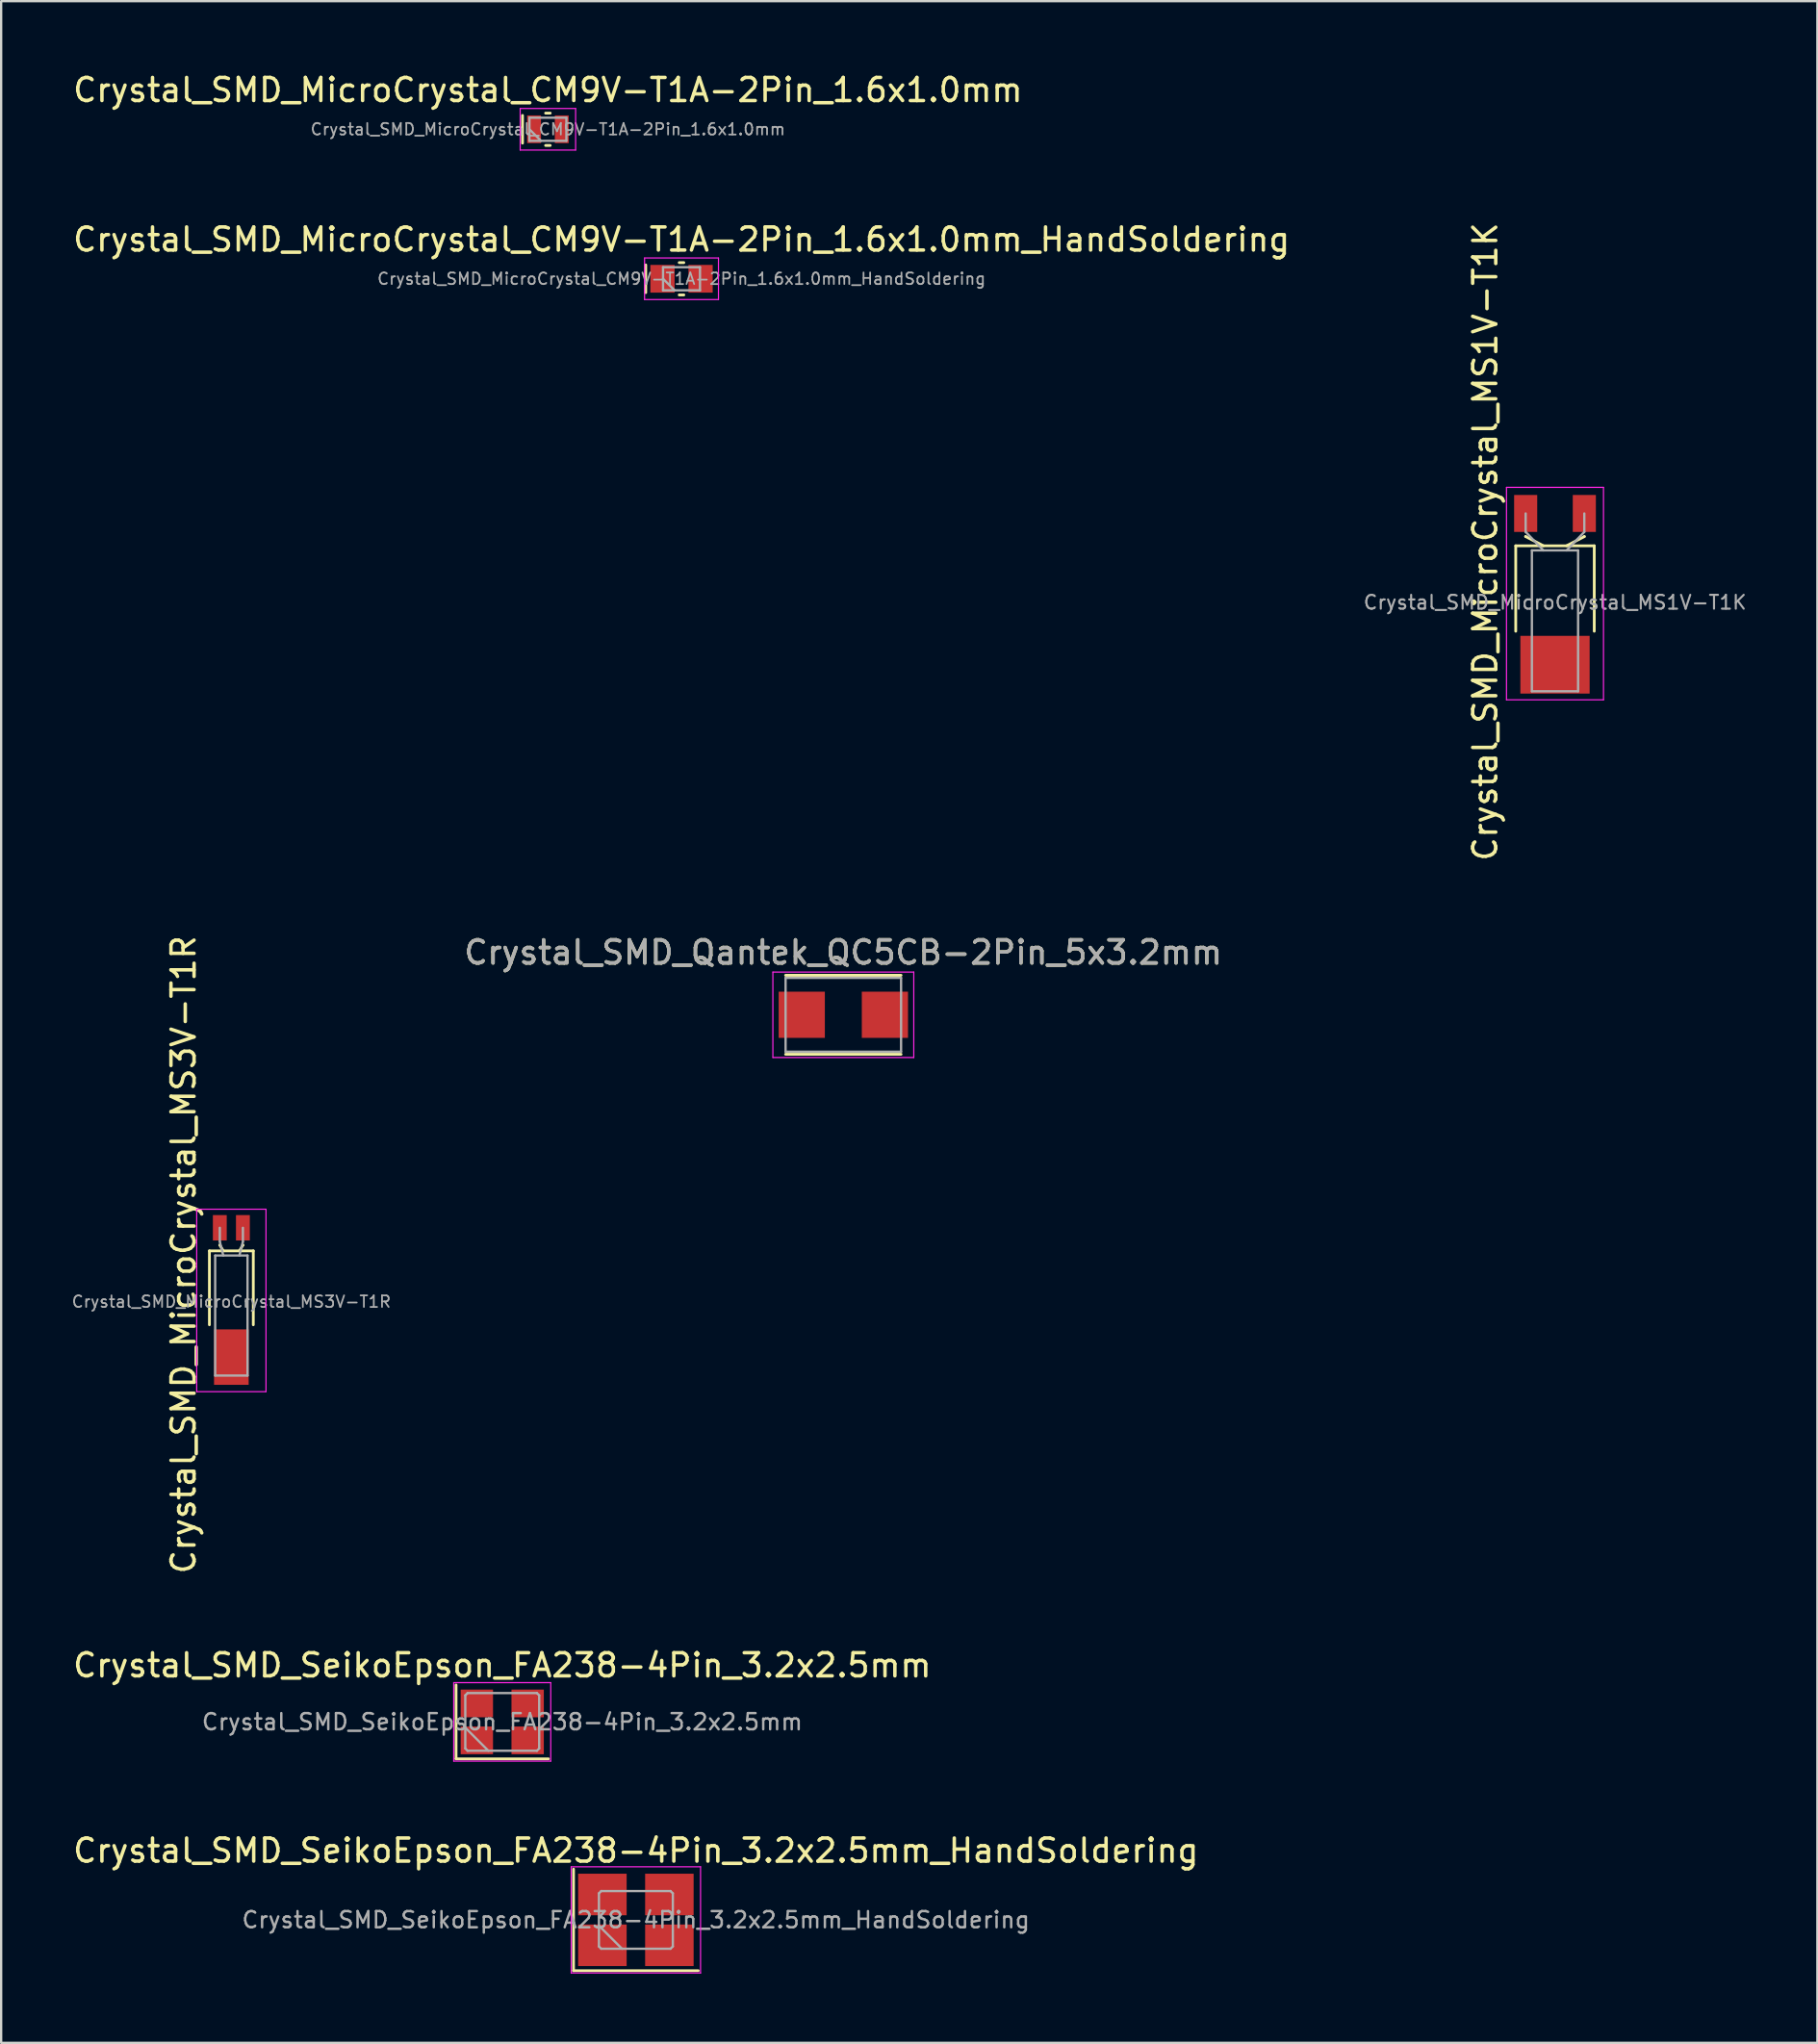
<source format=kicad_pcb>
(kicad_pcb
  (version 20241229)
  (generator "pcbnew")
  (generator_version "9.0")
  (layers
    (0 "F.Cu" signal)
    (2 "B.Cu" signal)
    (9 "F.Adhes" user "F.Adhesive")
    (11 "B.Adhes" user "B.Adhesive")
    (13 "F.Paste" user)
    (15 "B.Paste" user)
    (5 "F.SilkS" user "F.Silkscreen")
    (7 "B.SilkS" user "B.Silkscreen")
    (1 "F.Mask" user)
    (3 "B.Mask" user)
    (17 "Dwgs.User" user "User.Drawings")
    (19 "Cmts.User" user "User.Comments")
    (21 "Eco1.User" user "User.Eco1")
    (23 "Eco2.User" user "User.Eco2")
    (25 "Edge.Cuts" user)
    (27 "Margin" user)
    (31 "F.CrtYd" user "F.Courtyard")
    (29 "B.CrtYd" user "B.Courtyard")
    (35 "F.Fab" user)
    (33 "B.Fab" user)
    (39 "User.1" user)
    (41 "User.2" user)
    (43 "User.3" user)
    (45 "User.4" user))
  (footprint "Crystal_SMD_Qantek_QC5CB-2Pin_5x3.2mm"
    (layer "F.Cu")
    (at 33.464 40.891)
    (property "Reference" "Crystal_SMD_Qantek_QC5CB-2Pin_5x3.2mm" (at 0 -2.7 0) (layer "F.SilkS") (effects (font (size 1 1) (thickness 0.15))))
    (attr smd)
    (fp_line (start -2.5 -1.71) (end 2.5 -1.71) (stroke (width 0.12) (type solid)) (layer "F.SilkS"))
    (fp_line (start -2.5 1.71) (end 2.5 1.71) (stroke (width 0.12) (type solid)) (layer "F.SilkS"))
    (fp_line (start -3.05 -1.85) (end -3.05 1.85) (stroke (width 0.05) (type solid)) (layer "F.CrtYd"))
    (fp_line (start -3.05 -1.85) (end 3.05 -1.85) (stroke (width 0.05) (type solid)) (layer "F.CrtYd"))
    (fp_line (start -3.05 1.85) (end 3.05 1.85) (stroke (width 0.05) (type solid)) (layer "F.CrtYd"))
    (fp_line (start 3.05 -1.85) (end 3.05 1.85) (stroke (width 0.05) (type solid)) (layer "F.CrtYd"))
    (fp_line (start -2.5 -1.6) (end -2.5 1.6) (stroke (width 0.1) (type solid)) (layer "F.Fab"))
    (fp_line (start -2.5 -1.6) (end 2.5 -1.6) (stroke (width 0.1) (type solid)) (layer "F.Fab"))
    (fp_line (start -2.5 1.6) (end 2.5 1.6) (stroke (width 0.1) (type solid)) (layer "F.Fab"))
    (fp_line (start 2.5 -1.6) (end 2.5 1.6) (stroke (width 0.1) (type solid)) (layer "F.Fab"))
    (fp_text user "${REFERENCE}" (at 0 -2.7 0) (layer "F.Fab") (effects (font (size 1 1) (thickness 0.15))))
    (pad "1" smd rect (at -1.8 0) (size 2 2) (layers "F.Cu" "F.Mask" "F.Paste"))
    (pad "2" smd rect (at 1.8 0) (size 2 2) (layers "F.Cu" "F.Mask" "F.Paste")))
  (footprint "Crystal_SMD_MicroCrystal_CM9V-T1A-2Pin_1.6x1.0mm"
    (layer "F.Cu")
    (at 20.673 2.548)
    (property "Reference" "Crystal_SMD_MicroCrystal_CM9V-T1A-2Pin_1.6x1.0mm" (at 0 -1.7 0) (layer "F.SilkS") (effects (font (size 1 1) (thickness 0.15))))
    (attr smd)
    (fp_line (start -1.1 -0.6) (end -1.1 0.6) (stroke (width 0.12) (type solid)) (layer "F.SilkS"))
    (fp_line (start -0.1 -0.7) (end 0.1 -0.7) (stroke (width 0.12) (type solid)) (layer "F.SilkS"))
    (fp_line (start -0.1 0.7) (end 0.1 0.7) (stroke (width 0.12) (type solid)) (layer "F.SilkS"))
    (fp_line (start -1.2 -0.9) (end -1.2 0.9) (stroke (width 0.05) (type solid)) (layer "F.CrtYd"))
    (fp_line (start -1.2 0.9) (end 1.2 0.9) (stroke (width 0.05) (type solid)) (layer "F.CrtYd"))
    (fp_line (start 1.2 -0.9) (end -1.2 -0.9) (stroke (width 0.05) (type solid)) (layer "F.CrtYd"))
    (fp_line (start 1.2 0.9) (end 1.2 -0.9) (stroke (width 0.05) (type solid)) (layer "F.CrtYd"))
    (fp_line (start -0.8 -0.5) (end -0.8 0.5) (stroke (width 0.1) (type solid)) (layer "F.Fab"))
    (fp_line (start -0.8 0) (end -0.3 0.5) (stroke (width 0.1) (type solid)) (layer "F.Fab"))
    (fp_line (start -0.8 0.5) (end 0.8 0.5) (stroke (width 0.1) (type solid)) (layer "F.Fab"))
    (fp_line (start 0.8 -0.5) (end -0.8 -0.5) (stroke (width 0.1) (type solid)) (layer "F.Fab"))
    (fp_line (start 0.8 0.5) (end 0.8 -0.5) (stroke (width 0.1) (type solid)) (layer "F.Fab"))
    (fp_text user "${REFERENCE}" (at 0 0 0) (layer "F.Fab") (effects (font (size 0.5 0.5) (thickness 0.075))))
    (pad "1" smd rect (at -0.6 0) (size 0.6 1.2) (layers "F.Cu" "F.Mask" "F.Paste"))
    (pad "2" smd rect (at 0.6 0) (size 0.6 1.2) (layers "F.Cu" "F.Mask" "F.Paste")))
  (footprint "Crystal_SMD_MicroCrystal_MS1V-T1K"
    (layer "F.Cu")
    (at 64.277 22.683)
    (property "Reference" "Crystal_SMD_MicroCrystal_MS1V-T1K" (at -3.02 -2.275 90) (layer "F.SilkS") (effects (font (size 1 1) (thickness 0.15))))
    (attr smd)
    (fp_line (start -1.7 -2.1) (end 1.7 -2.1) (stroke (width 0.12) (type solid)) (layer "F.SilkS"))
    (fp_line (start -1.7 1.6) (end -1.7 -2.1) (stroke (width 0.12) (type solid)) (layer "F.SilkS"))
    (fp_line (start -1.27 -2.5) (end -1.27 -2.5) (stroke (width 0.12) (type solid)) (layer "F.SilkS"))
    (fp_line (start -0.5 -2.1) (end -1.27 -2.5) (stroke (width 0.12) (type solid)) (layer "F.SilkS"))
    (fp_line (start 0.5 -2.1) (end 1.27 -2.5) (stroke (width 0.12) (type solid)) (layer "F.SilkS"))
    (fp_line (start 1.27 -2.5) (end 1.27 -2.5) (stroke (width 0.12) (type solid)) (layer "F.SilkS"))
    (fp_line (start 1.7 -2.1) (end 1.7 1.6) (stroke (width 0.12) (type solid)) (layer "F.SilkS"))
    (fp_line (start -2.1 -4.63) (end -2.1 4.57) (stroke (width 0.05) (type solid)) (layer "F.CrtYd"))
    (fp_line (start -2.1 4.57) (end 2.1 4.57) (stroke (width 0.05) (type solid)) (layer "F.CrtYd"))
    (fp_line (start 2.1 -4.63) (end -2.1 -4.63) (stroke (width 0.05) (type solid)) (layer "F.CrtYd"))
    (fp_line (start 2.1 4.57) (end 2.1 -4.63) (stroke (width 0.05) (type solid)) (layer "F.CrtYd"))
    (fp_line (start -1.27 -2.7) (end -1.27 -3.5) (stroke (width 0.1) (type solid)) (layer "F.Fab"))
    (fp_line (start -1 -1.9) (end -1 4.2) (stroke (width 0.1) (type solid)) (layer "F.Fab"))
    (fp_line (start -1 4.2) (end 1 4.2) (stroke (width 0.1) (type solid)) (layer "F.Fab"))
    (fp_line (start -0.5 -1.9) (end -1.27 -2.7) (stroke (width 0.1) (type solid)) (layer "F.Fab"))
    (fp_line (start 0.5 -1.9) (end 1.27 -2.7) (stroke (width 0.1) (type solid)) (layer "F.Fab"))
    (fp_line (start 1 -1.9) (end -1 -1.9) (stroke (width 0.1) (type solid)) (layer "F.Fab"))
    (fp_line (start 1 4.2) (end 1 -1.9) (stroke (width 0.1) (type solid)) (layer "F.Fab"))
    (fp_line (start 1.27 -2.7) (end 1.27 -3.5) (stroke (width 0.1) (type solid)) (layer "F.Fab"))
    (fp_text user "${REFERENCE}" (at 0 0.35 0) (layer "F.Fab") (effects (font (size 0.6 0.6) (thickness 0.09))))
    (pad "1" smd rect (at -1.27 -3.5) (size 1 1.6) (layers "F.Cu" "F.Mask" "F.Paste"))
    (pad "2" smd rect (at 1.27 -3.5) (size 1 1.6) (layers "F.Cu" "F.Mask" "F.Paste"))
    (pad "3" smd rect (at 0 3.05) (size 3 2.5) (layers "F.Cu" "F.Mask" "F.Paste")))
  (footprint "Crystal_SMD_SeikoEpson_FA238-4Pin_3.2x2.5mm_HandSoldering"
    (layer "F.Cu")
    (at 24.482 80.083)
    (property "Reference" "Crystal_SMD_SeikoEpson_FA238-4Pin_3.2x2.5mm_HandSoldering" (at 0 -3 0) (layer "F.SilkS") (effects (font (size 1 1) (thickness 0.15))))
    (attr smd)
    (fp_line (start -2.7 -2.2) (end -2.7 2.2) (stroke (width 0.12) (type solid)) (layer "F.SilkS"))
    (fp_line (start -2.7 2.2) (end 2.7 2.2) (stroke (width 0.12) (type solid)) (layer "F.SilkS"))
    (fp_line (start -2.8 -2.3) (end -2.8 2.3) (stroke (width 0.05) (type solid)) (layer "F.CrtYd"))
    (fp_line (start -2.8 2.3) (end 2.8 2.3) (stroke (width 0.05) (type solid)) (layer "F.CrtYd"))
    (fp_line (start 2.8 -2.3) (end -2.8 -2.3) (stroke (width 0.05) (type solid)) (layer "F.CrtYd"))
    (fp_line (start 2.8 2.3) (end 2.8 -2.3) (stroke (width 0.05) (type solid)) (layer "F.CrtYd"))
    (fp_line (start -1.6 -1.15) (end -1.5 -1.25) (stroke (width 0.1) (type solid)) (layer "F.Fab"))
    (fp_line (start -1.6 0.25) (end -0.6 1.25) (stroke (width 0.1) (type solid)) (layer "F.Fab"))
    (fp_line (start -1.6 1.15) (end -1.6 -1.15) (stroke (width 0.1) (type solid)) (layer "F.Fab"))
    (fp_line (start -1.5 -1.25) (end 1.5 -1.25) (stroke (width 0.1) (type solid)) (layer "F.Fab"))
    (fp_line (start -1.5 1.25) (end -1.6 1.15) (stroke (width 0.1) (type solid)) (layer "F.Fab"))
    (fp_line (start 1.5 -1.25) (end 1.6 -1.15) (stroke (width 0.1) (type solid)) (layer "F.Fab"))
    (fp_line (start 1.5 1.25) (end -1.5 1.25) (stroke (width 0.1) (type solid)) (layer "F.Fab"))
    (fp_line (start 1.6 -1.15) (end 1.6 1.15) (stroke (width 0.1) (type solid)) (layer "F.Fab"))
    (fp_line (start 1.6 1.15) (end 1.5 1.25) (stroke (width 0.1) (type solid)) (layer "F.Fab"))
    (fp_text user "${REFERENCE}" (at 0 0 0) (layer "F.Fab") (effects (font (size 0.7 0.7) (thickness 0.105))))
    (pad "1" smd rect (at -1.45 1.1) (size 2.1 1.8) (layers "F.Cu" "F.Mask" "F.Paste"))
    (pad "2" smd rect (at 1.45 1.1) (size 2.1 1.8) (layers "F.Cu" "F.Mask" "F.Paste"))
    (pad "3" smd rect (at 1.45 -1.1) (size 2.1 1.8) (layers "F.Cu" "F.Mask" "F.Paste"))
    (pad "4" smd rect (at -1.45 -1.1) (size 2.1 1.8) (layers "F.Cu" "F.Mask" "F.Paste")))
  (footprint "Crystal_SMD_SeikoEpson_FA238-4Pin_3.2x2.5mm"
    (layer "F.Cu")
    (at 18.696 71.51)
    (property "Reference" "Crystal_SMD_SeikoEpson_FA238-4Pin_3.2x2.5mm" (at 0 -2.45 0) (layer "F.SilkS") (effects (font (size 1 1) (thickness 0.15))))
    (attr smd)
    (fp_line (start -2 -1.6) (end -2 1.6) (stroke (width 0.12) (type solid)) (layer "F.SilkS"))
    (fp_line (start -2 1.6) (end 2 1.6) (stroke (width 0.12) (type solid)) (layer "F.SilkS"))
    (fp_line (start -2.1 -1.7) (end -2.1 1.7) (stroke (width 0.05) (type solid)) (layer "F.CrtYd"))
    (fp_line (start -2.1 1.7) (end 2.1 1.7) (stroke (width 0.05) (type solid)) (layer "F.CrtYd"))
    (fp_line (start 2.1 -1.7) (end -2.1 -1.7) (stroke (width 0.05) (type solid)) (layer "F.CrtYd"))
    (fp_line (start 2.1 1.7) (end 2.1 -1.7) (stroke (width 0.05) (type solid)) (layer "F.CrtYd"))
    (fp_line (start -1.6 -1.15) (end -1.5 -1.25) (stroke (width 0.1) (type solid)) (layer "F.Fab"))
    (fp_line (start -1.6 0.25) (end -0.6 1.25) (stroke (width 0.1) (type solid)) (layer "F.Fab"))
    (fp_line (start -1.6 1.15) (end -1.6 -1.15) (stroke (width 0.1) (type solid)) (layer "F.Fab"))
    (fp_line (start -1.5 -1.25) (end 1.5 -1.25) (stroke (width 0.1) (type solid)) (layer "F.Fab"))
    (fp_line (start -1.5 1.25) (end -1.6 1.15) (stroke (width 0.1) (type solid)) (layer "F.Fab"))
    (fp_line (start 1.5 -1.25) (end 1.6 -1.15) (stroke (width 0.1) (type solid)) (layer "F.Fab"))
    (fp_line (start 1.5 1.25) (end -1.5 1.25) (stroke (width 0.1) (type solid)) (layer "F.Fab"))
    (fp_line (start 1.6 -1.15) (end 1.6 1.15) (stroke (width 0.1) (type solid)) (layer "F.Fab"))
    (fp_line (start 1.6 1.15) (end 1.5 1.25) (stroke (width 0.1) (type solid)) (layer "F.Fab"))
    (fp_text user "${REFERENCE}" (at 0 0 0) (layer "F.Fab") (effects (font (size 0.7 0.7) (thickness 0.105))))
    (pad "1" smd rect (at -1.1 0.8) (size 1.4 1.2) (layers "F.Cu" "F.Mask" "F.Paste"))
    (pad "2" smd rect (at 1.1 0.8) (size 1.4 1.2) (layers "F.Cu" "F.Mask" "F.Paste"))
    (pad "3" smd rect (at 1.1 -0.8) (size 1.4 1.2) (layers "F.Cu" "F.Mask" "F.Paste"))
    (pad "4" smd rect (at -1.1 -0.8) (size 1.4 1.2) (layers "F.Cu" "F.Mask" "F.Paste")))
  (footprint "Crystal_SMD_MicroCrystal_CM9V-T1A-2Pin_1.6x1.0mm_HandSoldering"
    (layer "F.Cu")
    (at 26.458 9.021)
    (property "Reference" "Crystal_SMD_MicroCrystal_CM9V-T1A-2Pin_1.6x1.0mm_HandSoldering" (at 0 -1.7 0) (layer "F.SilkS") (effects (font (size 1 1) (thickness 0.15))))
    (attr smd)
    (fp_line (start -1.55 -0.6) (end -1.55 0.6) (stroke (width 0.12) (type solid)) (layer "F.SilkS"))
    (fp_line (start -0.1 -0.7) (end 0.1 -0.7) (stroke (width 0.12) (type solid)) (layer "F.SilkS"))
    (fp_line (start -0.1 0.7) (end 0.1 0.7) (stroke (width 0.12) (type solid)) (layer "F.SilkS"))
    (fp_line (start -1.6 -0.9) (end -1.6 0.9) (stroke (width 0.05) (type solid)) (layer "F.CrtYd"))
    (fp_line (start -1.6 0.9) (end 1.6 0.9) (stroke (width 0.05) (type solid)) (layer "F.CrtYd"))
    (fp_line (start 1.6 -0.9) (end -1.6 -0.9) (stroke (width 0.05) (type solid)) (layer "F.CrtYd"))
    (fp_line (start 1.6 0.9) (end 1.6 -0.9) (stroke (width 0.05) (type solid)) (layer "F.CrtYd"))
    (fp_line (start -0.8 -0.5) (end -0.8 0.5) (stroke (width 0.1) (type solid)) (layer "F.Fab"))
    (fp_line (start -0.8 0) (end -0.3 0.5) (stroke (width 0.1) (type solid)) (layer "F.Fab"))
    (fp_line (start -0.8 0.5) (end 0.8 0.5) (stroke (width 0.1) (type solid)) (layer "F.Fab"))
    (fp_line (start 0.8 -0.5) (end -0.8 -0.5) (stroke (width 0.1) (type solid)) (layer "F.Fab"))
    (fp_line (start 0.8 0.5) (end 0.8 -0.5) (stroke (width 0.1) (type solid)) (layer "F.Fab"))
    (fp_text user "${REFERENCE}" (at 0 0 0) (layer "F.Fab") (effects (font (size 0.5 0.5) (thickness 0.075))))
    (pad "1" smd rect (at -0.825 0) (size 1.05 1.2) (layers "F.Cu" "F.Mask" "F.Paste"))
    (pad "2" smd rect (at 0.825 0) (size 1.05 1.2) (layers "F.Cu" "F.Mask" "F.Paste")))
  (footprint "Crystal_SMD_MicroCrystal_MS3V-T1R"
    (layer "F.Cu")
    (at 6.967 53.239)
    (property "Reference" "Crystal_SMD_MicroCrystal_MS3V-T1R" (at -2.07 -1.962 90) (layer "F.SilkS") (effects (font (size 1 1) (thickness 0.15))))
    (attr smd)
    (fp_line (start -0.95 -2.125) (end 0.95 -2.125) (stroke (width 0.12) (type solid)) (layer "F.SilkS"))
    (fp_line (start -0.95 1.075) (end -0.95 -2.125) (stroke (width 0.12) (type solid)) (layer "F.SilkS"))
    (fp_line (start -0.5 -2.375) (end -0.5 -2.375) (stroke (width 0.12) (type solid)) (layer "F.SilkS"))
    (fp_line (start -0.35 -2.125) (end -0.5 -2.375) (stroke (width 0.12) (type solid)) (layer "F.SilkS"))
    (fp_line (start 0.35 -2.125) (end 0.5 -2.375) (stroke (width 0.12) (type solid)) (layer "F.SilkS"))
    (fp_line (start 0.5 -2.375) (end 0.5 -2.375) (stroke (width 0.12) (type solid)) (layer "F.SilkS"))
    (fp_line (start 0.95 -2.125) (end 0.95 1.075) (stroke (width 0.12) (type solid)) (layer "F.SilkS"))
    (fp_line (start -1.5 -3.93) (end -1.5 3.97) (stroke (width 0.05) (type solid)) (layer "F.CrtYd"))
    (fp_line (start -1.5 3.97) (end 1.5 3.97) (stroke (width 0.05) (type solid)) (layer "F.CrtYd"))
    (fp_line (start 1.5 -3.93) (end -1.5 -3.93) (stroke (width 0.05) (type solid)) (layer "F.CrtYd"))
    (fp_line (start 1.5 3.97) (end 1.5 -3.93) (stroke (width 0.05) (type solid)) (layer "F.CrtYd"))
    (fp_line (start -0.7 -1.925) (end -0.7 3.275) (stroke (width 0.1) (type solid)) (layer "F.Fab"))
    (fp_line (start -0.7 3.275) (end 0.7 3.275) (stroke (width 0.1) (type solid)) (layer "F.Fab"))
    (fp_line (start -0.5 -2.525) (end -0.5 -3.125) (stroke (width 0.1) (type solid)) (layer "F.Fab"))
    (fp_line (start -0.35 -1.925) (end -0.5 -2.525) (stroke (width 0.1) (type solid)) (layer "F.Fab"))
    (fp_line (start 0.35 -1.925) (end 0.5 -2.525) (stroke (width 0.1) (type solid)) (layer "F.Fab"))
    (fp_line (start 0.5 -2.525) (end 0.5 -3.125) (stroke (width 0.1) (type solid)) (layer "F.Fab"))
    (fp_line (start 0.7 -1.925) (end -0.7 -1.925) (stroke (width 0.1) (type solid)) (layer "F.Fab"))
    (fp_line (start 0.7 3.275) (end 0.7 -1.925) (stroke (width 0.1) (type solid)) (layer "F.Fab"))
    (fp_text user "${REFERENCE}" (at 0 0.075 0) (layer "F.Fab") (effects (font (size 0.5 0.5) (thickness 0.075))))
    (pad "1" smd rect (at -0.5 -3.125) (size 0.6 1.1) (layers "F.Cu" "F.Mask" "F.Paste"))
    (pad "2" smd rect (at 0.5 -3.125) (size 0.6 1.1) (layers "F.Cu" "F.Mask" "F.Paste"))
    (pad "3" smd rect (at 0 2.475) (size 1.5 2.4) (layers "F.Cu" "F.Mask" "F.Paste")))
  (gr_rect
    (start -3 -3)
    (end 75.638 85.408)
    (stroke (width 0.1) (type default))
    (fill no)
    (layer "Edge.Cuts")))
</source>
